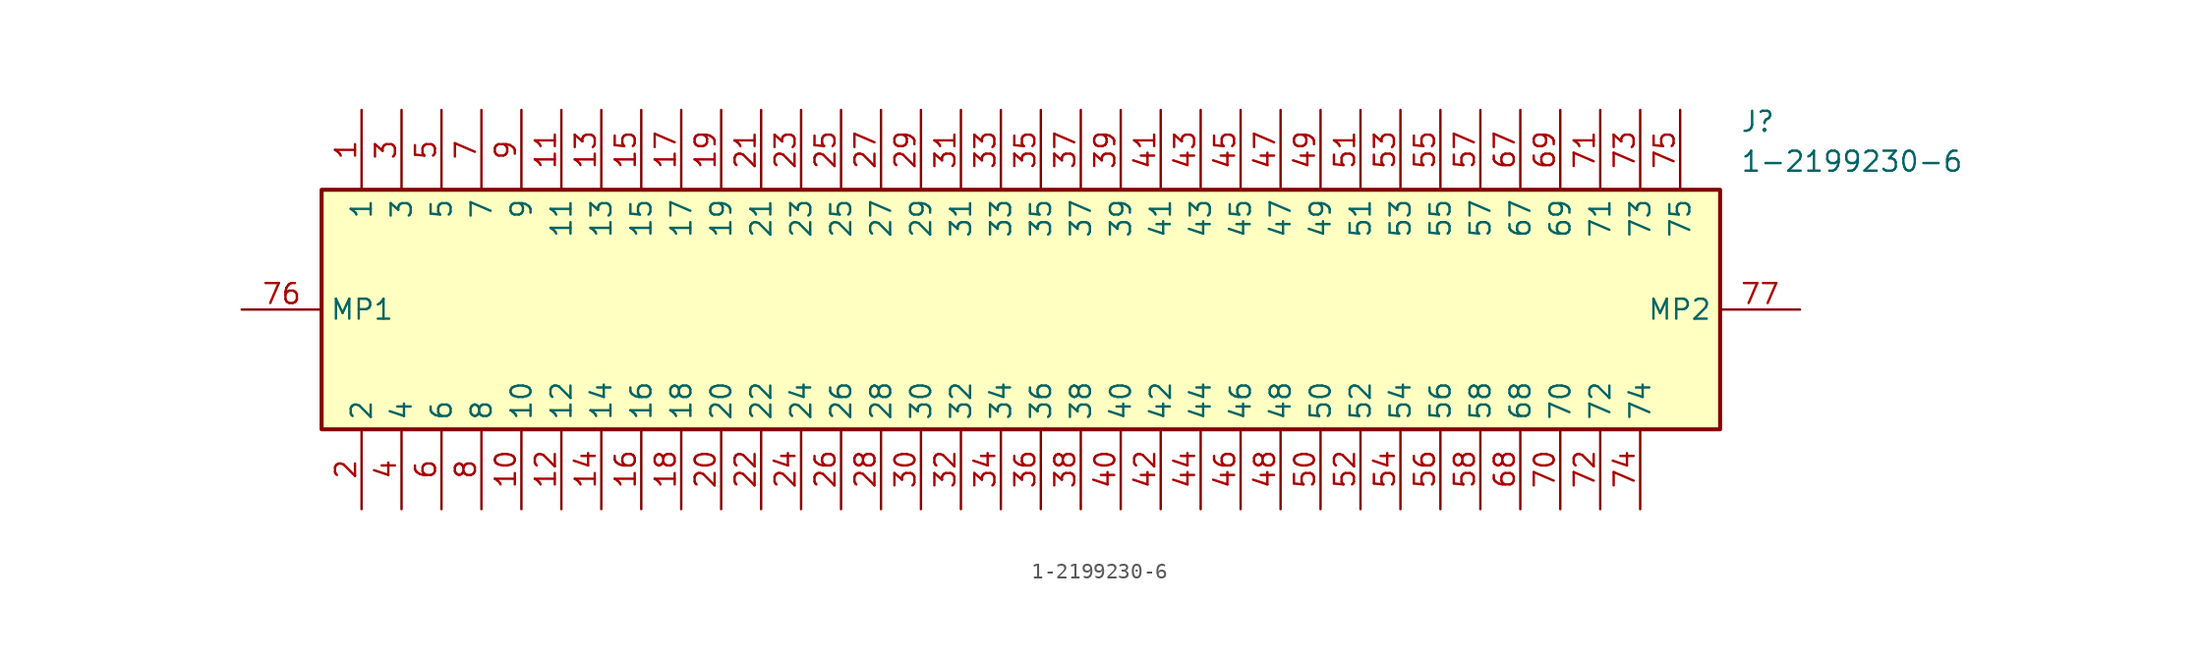
<source format=kicad_sym>
(kicad_symbol_lib
  (version 20211014)
  (generator SamacSys_ECAD_Model)
  (symbol "1-2199230-6"
    (property "Reference" "J"
      (at 95.25 12.7 0)
      (effects (font (size 1.27 1.27)) (justify left top)))
    (property "Value" "1-2199230-6"
      (at 95.25 10.16 0)
      (effects (font (size 1.27 1.27)) (justify left top)))
    (rectangle
      (start 5.08 7.62)
      (end 93.98 -7.62)
      (stroke (width 0.254) (type default))
      (fill (type background)))
    (pin passive line
      (at 7.62 12.7 270)
      (length 5.08)
      (name "1" (effects (font (size 1.27 1.27))))
      (number "1" (effects (font (size 1.27 1.27)))))
    (pin passive line
      (at 7.62 -12.7 90)
      (length 5.08)
      (name "2" (effects (font (size 1.27 1.27))))
      (number "2" (effects (font (size 1.27 1.27)))))
    (pin passive line
      (at 10.16 12.7 270)
      (length 5.08)
      (name "3" (effects (font (size 1.27 1.27))))
      (number "3" (effects (font (size 1.27 1.27)))))
    (pin passive line
      (at 10.16 -12.7 90)
      (length 5.08)
      (name "4" (effects (font (size 1.27 1.27))))
      (number "4" (effects (font (size 1.27 1.27)))))
    (pin passive line
      (at 12.7 12.7 270)
      (length 5.08)
      (name "5" (effects (font (size 1.27 1.27))))
      (number "5" (effects (font (size 1.27 1.27)))))
    (pin passive line
      (at 12.7 -12.7 90)
      (length 5.08)
      (name "6" (effects (font (size 1.27 1.27))))
      (number "6" (effects (font (size 1.27 1.27)))))
    (pin passive line
      (at 15.24 12.7 270)
      (length 5.08)
      (name "7" (effects (font (size 1.27 1.27))))
      (number "7" (effects (font (size 1.27 1.27)))))
    (pin passive line
      (at 15.24 -12.7 90)
      (length 5.08)
      (name "8" (effects (font (size 1.27 1.27))))
      (number "8" (effects (font (size 1.27 1.27)))))
    (pin passive line
      (at 17.78 12.7 270)
      (length 5.08)
      (name "9" (effects (font (size 1.27 1.27))))
      (number "9" (effects (font (size 1.27 1.27)))))
    (pin passive line
      (at 17.78 -12.7 90)
      (length 5.08)
      (name "10" (effects (font (size 1.27 1.27))))
      (number "10" (effects (font (size 1.27 1.27)))))
    (pin passive line
      (at 20.32 12.7 270)
      (length 5.08)
      (name "11" (effects (font (size 1.27 1.27))))
      (number "11" (effects (font (size 1.27 1.27)))))
    (pin passive line
      (at 20.32 -12.7 90)
      (length 5.08)
      (name "12" (effects (font (size 1.27 1.27))))
      (number "12" (effects (font (size 1.27 1.27)))))
    (pin passive line
      (at 22.86 12.7 270)
      (length 5.08)
      (name "13" (effects (font (size 1.27 1.27))))
      (number "13" (effects (font (size 1.27 1.27)))))
    (pin passive line
      (at 22.86 -12.7 90)
      (length 5.08)
      (name "14" (effects (font (size 1.27 1.27))))
      (number "14" (effects (font (size 1.27 1.27)))))
    (pin passive line
      (at 25.4 12.7 270)
      (length 5.08)
      (name "15" (effects (font (size 1.27 1.27))))
      (number "15" (effects (font (size 1.27 1.27)))))
    (pin passive line
      (at 25.4 -12.7 90)
      (length 5.08)
      (name "16" (effects (font (size 1.27 1.27))))
      (number "16" (effects (font (size 1.27 1.27)))))
    (pin passive line
      (at 27.94 12.7 270)
      (length 5.08)
      (name "17" (effects (font (size 1.27 1.27))))
      (number "17" (effects (font (size 1.27 1.27)))))
    (pin passive line
      (at 27.94 -12.7 90)
      (length 5.08)
      (name "18" (effects (font (size 1.27 1.27))))
      (number "18" (effects (font (size 1.27 1.27)))))
    (pin passive line
      (at 30.48 12.7 270)
      (length 5.08)
      (name "19" (effects (font (size 1.27 1.27))))
      (number "19" (effects (font (size 1.27 1.27)))))
    (pin passive line
      (at 30.48 -12.7 90)
      (length 5.08)
      (name "20" (effects (font (size 1.27 1.27))))
      (number "20" (effects (font (size 1.27 1.27)))))
    (pin passive line
      (at 33.02 12.7 270)
      (length 5.08)
      (name "21" (effects (font (size 1.27 1.27))))
      (number "21" (effects (font (size 1.27 1.27)))))
    (pin passive line
      (at 33.02 -12.7 90)
      (length 5.08)
      (name "22" (effects (font (size 1.27 1.27))))
      (number "22" (effects (font (size 1.27 1.27)))))
    (pin passive line
      (at 35.56 12.7 270)
      (length 5.08)
      (name "23" (effects (font (size 1.27 1.27))))
      (number "23" (effects (font (size 1.27 1.27)))))
    (pin passive line
      (at 35.56 -12.7 90)
      (length 5.08)
      (name "24" (effects (font (size 1.27 1.27))))
      (number "24" (effects (font (size 1.27 1.27)))))
    (pin passive line
      (at 38.1 12.7 270)
      (length 5.08)
      (name "25" (effects (font (size 1.27 1.27))))
      (number "25" (effects (font (size 1.27 1.27)))))
    (pin passive line
      (at 38.1 -12.7 90)
      (length 5.08)
      (name "26" (effects (font (size 1.27 1.27))))
      (number "26" (effects (font (size 1.27 1.27)))))
    (pin passive line
      (at 40.64 12.7 270)
      (length 5.08)
      (name "27" (effects (font (size 1.27 1.27))))
      (number "27" (effects (font (size 1.27 1.27)))))
    (pin passive line
      (at 40.64 -12.7 90)
      (length 5.08)
      (name "28" (effects (font (size 1.27 1.27))))
      (number "28" (effects (font (size 1.27 1.27)))))
    (pin passive line
      (at 43.18 12.7 270)
      (length 5.08)
      (name "29" (effects (font (size 1.27 1.27))))
      (number "29" (effects (font (size 1.27 1.27)))))
    (pin passive line
      (at 43.18 -12.7 90)
      (length 5.08)
      (name "30" (effects (font (size 1.27 1.27))))
      (number "30" (effects (font (size 1.27 1.27)))))
    (pin passive line
      (at 45.72 12.7 270)
      (length 5.08)
      (name "31" (effects (font (size 1.27 1.27))))
      (number "31" (effects (font (size 1.27 1.27)))))
    (pin passive line
      (at 45.72 -12.7 90)
      (length 5.08)
      (name "32" (effects (font (size 1.27 1.27))))
      (number "32" (effects (font (size 1.27 1.27)))))
    (pin passive line
      (at 48.26 12.7 270)
      (length 5.08)
      (name "33" (effects (font (size 1.27 1.27))))
      (number "33" (effects (font (size 1.27 1.27)))))
    (pin passive line
      (at 48.26 -12.7 90)
      (length 5.08)
      (name "34" (effects (font (size 1.27 1.27))))
      (number "34" (effects (font (size 1.27 1.27)))))
    (pin passive line
      (at 50.8 12.7 270)
      (length 5.08)
      (name "35" (effects (font (size 1.27 1.27))))
      (number "35" (effects (font (size 1.27 1.27)))))
    (pin passive line
      (at 50.8 -12.7 90)
      (length 5.08)
      (name "36" (effects (font (size 1.27 1.27))))
      (number "36" (effects (font (size 1.27 1.27)))))
    (pin passive line
      (at 53.34 12.7 270)
      (length 5.08)
      (name "37" (effects (font (size 1.27 1.27))))
      (number "37" (effects (font (size 1.27 1.27)))))
    (pin passive line
      (at 53.34 -12.7 90)
      (length 5.08)
      (name "38" (effects (font (size 1.27 1.27))))
      (number "38" (effects (font (size 1.27 1.27)))))
    (pin passive line
      (at 55.88 12.7 270)
      (length 5.08)
      (name "39" (effects (font (size 1.27 1.27))))
      (number "39" (effects (font (size 1.27 1.27)))))
    (pin passive line
      (at 55.88 -12.7 90)
      (length 5.08)
      (name "40" (effects (font (size 1.27 1.27))))
      (number "40" (effects (font (size 1.27 1.27)))))
    (pin passive line
      (at 58.42 12.7 270)
      (length 5.08)
      (name "41" (effects (font (size 1.27 1.27))))
      (number "41" (effects (font (size 1.27 1.27)))))
    (pin passive line
      (at 58.42 -12.7 90)
      (length 5.08)
      (name "42" (effects (font (size 1.27 1.27))))
      (number "42" (effects (font (size 1.27 1.27)))))
    (pin passive line
      (at 60.96 12.7 270)
      (length 5.08)
      (name "43" (effects (font (size 1.27 1.27))))
      (number "43" (effects (font (size 1.27 1.27)))))
    (pin passive line
      (at 60.96 -12.7 90)
      (length 5.08)
      (name "44" (effects (font (size 1.27 1.27))))
      (number "44" (effects (font (size 1.27 1.27)))))
    (pin passive line
      (at 63.5 12.7 270)
      (length 5.08)
      (name "45" (effects (font (size 1.27 1.27))))
      (number "45" (effects (font (size 1.27 1.27)))))
    (pin passive line
      (at 63.5 -12.7 90)
      (length 5.08)
      (name "46" (effects (font (size 1.27 1.27))))
      (number "46" (effects (font (size 1.27 1.27)))))
    (pin passive line
      (at 66.04 12.7 270)
      (length 5.08)
      (name "47" (effects (font (size 1.27 1.27))))
      (number "47" (effects (font (size 1.27 1.27)))))
    (pin passive line
      (at 66.04 -12.7 90)
      (length 5.08)
      (name "48" (effects (font (size 1.27 1.27))))
      (number "48" (effects (font (size 1.27 1.27)))))
    (pin passive line
      (at 68.58 12.7 270)
      (length 5.08)
      (name "49" (effects (font (size 1.27 1.27))))
      (number "49" (effects (font (size 1.27 1.27)))))
    (pin passive line
      (at 68.58 -12.7 90)
      (length 5.08)
      (name "50" (effects (font (size 1.27 1.27))))
      (number "50" (effects (font (size 1.27 1.27)))))
    (pin passive line
      (at 71.12 12.7 270)
      (length 5.08)
      (name "51" (effects (font (size 1.27 1.27))))
      (number "51" (effects (font (size 1.27 1.27)))))
    (pin passive line
      (at 71.12 -12.7 90)
      (length 5.08)
      (name "52" (effects (font (size 1.27 1.27))))
      (number "52" (effects (font (size 1.27 1.27)))))
    (pin passive line
      (at 73.66 12.7 270)
      (length 5.08)
      (name "53" (effects (font (size 1.27 1.27))))
      (number "53" (effects (font (size 1.27 1.27)))))
    (pin passive line
      (at 73.66 -12.7 90)
      (length 5.08)
      (name "54" (effects (font (size 1.27 1.27))))
      (number "54" (effects (font (size 1.27 1.27)))))
    (pin passive line
      (at 76.2 12.7 270)
      (length 5.08)
      (name "55" (effects (font (size 1.27 1.27))))
      (number "55" (effects (font (size 1.27 1.27)))))
    (pin passive line
      (at 76.2 -12.7 90)
      (length 5.08)
      (name "56" (effects (font (size 1.27 1.27))))
      (number "56" (effects (font (size 1.27 1.27)))))
    (pin passive line
      (at 78.74 12.7 270)
      (length 5.08)
      (name "57" (effects (font (size 1.27 1.27))))
      (number "57" (effects (font (size 1.27 1.27)))))
    (pin passive line
      (at 78.74 -12.7 90)
      (length 5.08)
      (name "58" (effects (font (size 1.27 1.27))))
      (number "58" (effects (font (size 1.27 1.27)))))
    (pin passive line
      (at 81.28 12.7 270)
      (length 5.08)
      (name "67" (effects (font (size 1.27 1.27))))
      (number "67" (effects (font (size 1.27 1.27)))))
    (pin passive line
      (at 81.28 -12.7 90)
      (length 5.08)
      (name "68" (effects (font (size 1.27 1.27))))
      (number "68" (effects (font (size 1.27 1.27)))))
    (pin passive line
      (at 83.82 12.7 270)
      (length 5.08)
      (name "69" (effects (font (size 1.27 1.27))))
      (number "69" (effects (font (size 1.27 1.27)))))
    (pin passive line
      (at 83.82 -12.7 90)
      (length 5.08)
      (name "70" (effects (font (size 1.27 1.27))))
      (number "70" (effects (font (size 1.27 1.27)))))
    (pin passive line
      (at 86.36 12.7 270)
      (length 5.08)
      (name "71" (effects (font (size 1.27 1.27))))
      (number "71" (effects (font (size 1.27 1.27)))))
    (pin passive line
      (at 86.36 -12.7 90)
      (length 5.08)
      (name "72" (effects (font (size 1.27 1.27))))
      (number "72" (effects (font (size 1.27 1.27)))))
    (pin passive line
      (at 88.9 12.7 270)
      (length 5.08)
      (name "73" (effects (font (size 1.27 1.27))))
      (number "73" (effects (font (size 1.27 1.27)))))
    (pin passive line
      (at 88.9 -12.7 90)
      (length 5.08)
      (name "74" (effects (font (size 1.27 1.27))))
      (number "74" (effects (font (size 1.27 1.27)))))
    (pin passive line
      (at 91.44 12.7 270)
      (length 5.08)
      (name "75" (effects (font (size 1.27 1.27))))
      (number "75" (effects (font (size 1.27 1.27)))))
    (pin passive line
      (at 0 0 0)
      (length 5.08)
      (name "MP1" (effects (font (size 1.27 1.27))))
      (number "76" (effects (font (size 1.27 1.27)))))
    (pin passive line
      (at 99.06 0 180)
      (length 5.08)
      (name "MP2" (effects (font (size 1.27 1.27))))
      (number "77" (effects (font (size 1.27 1.27)))))))
</source>
